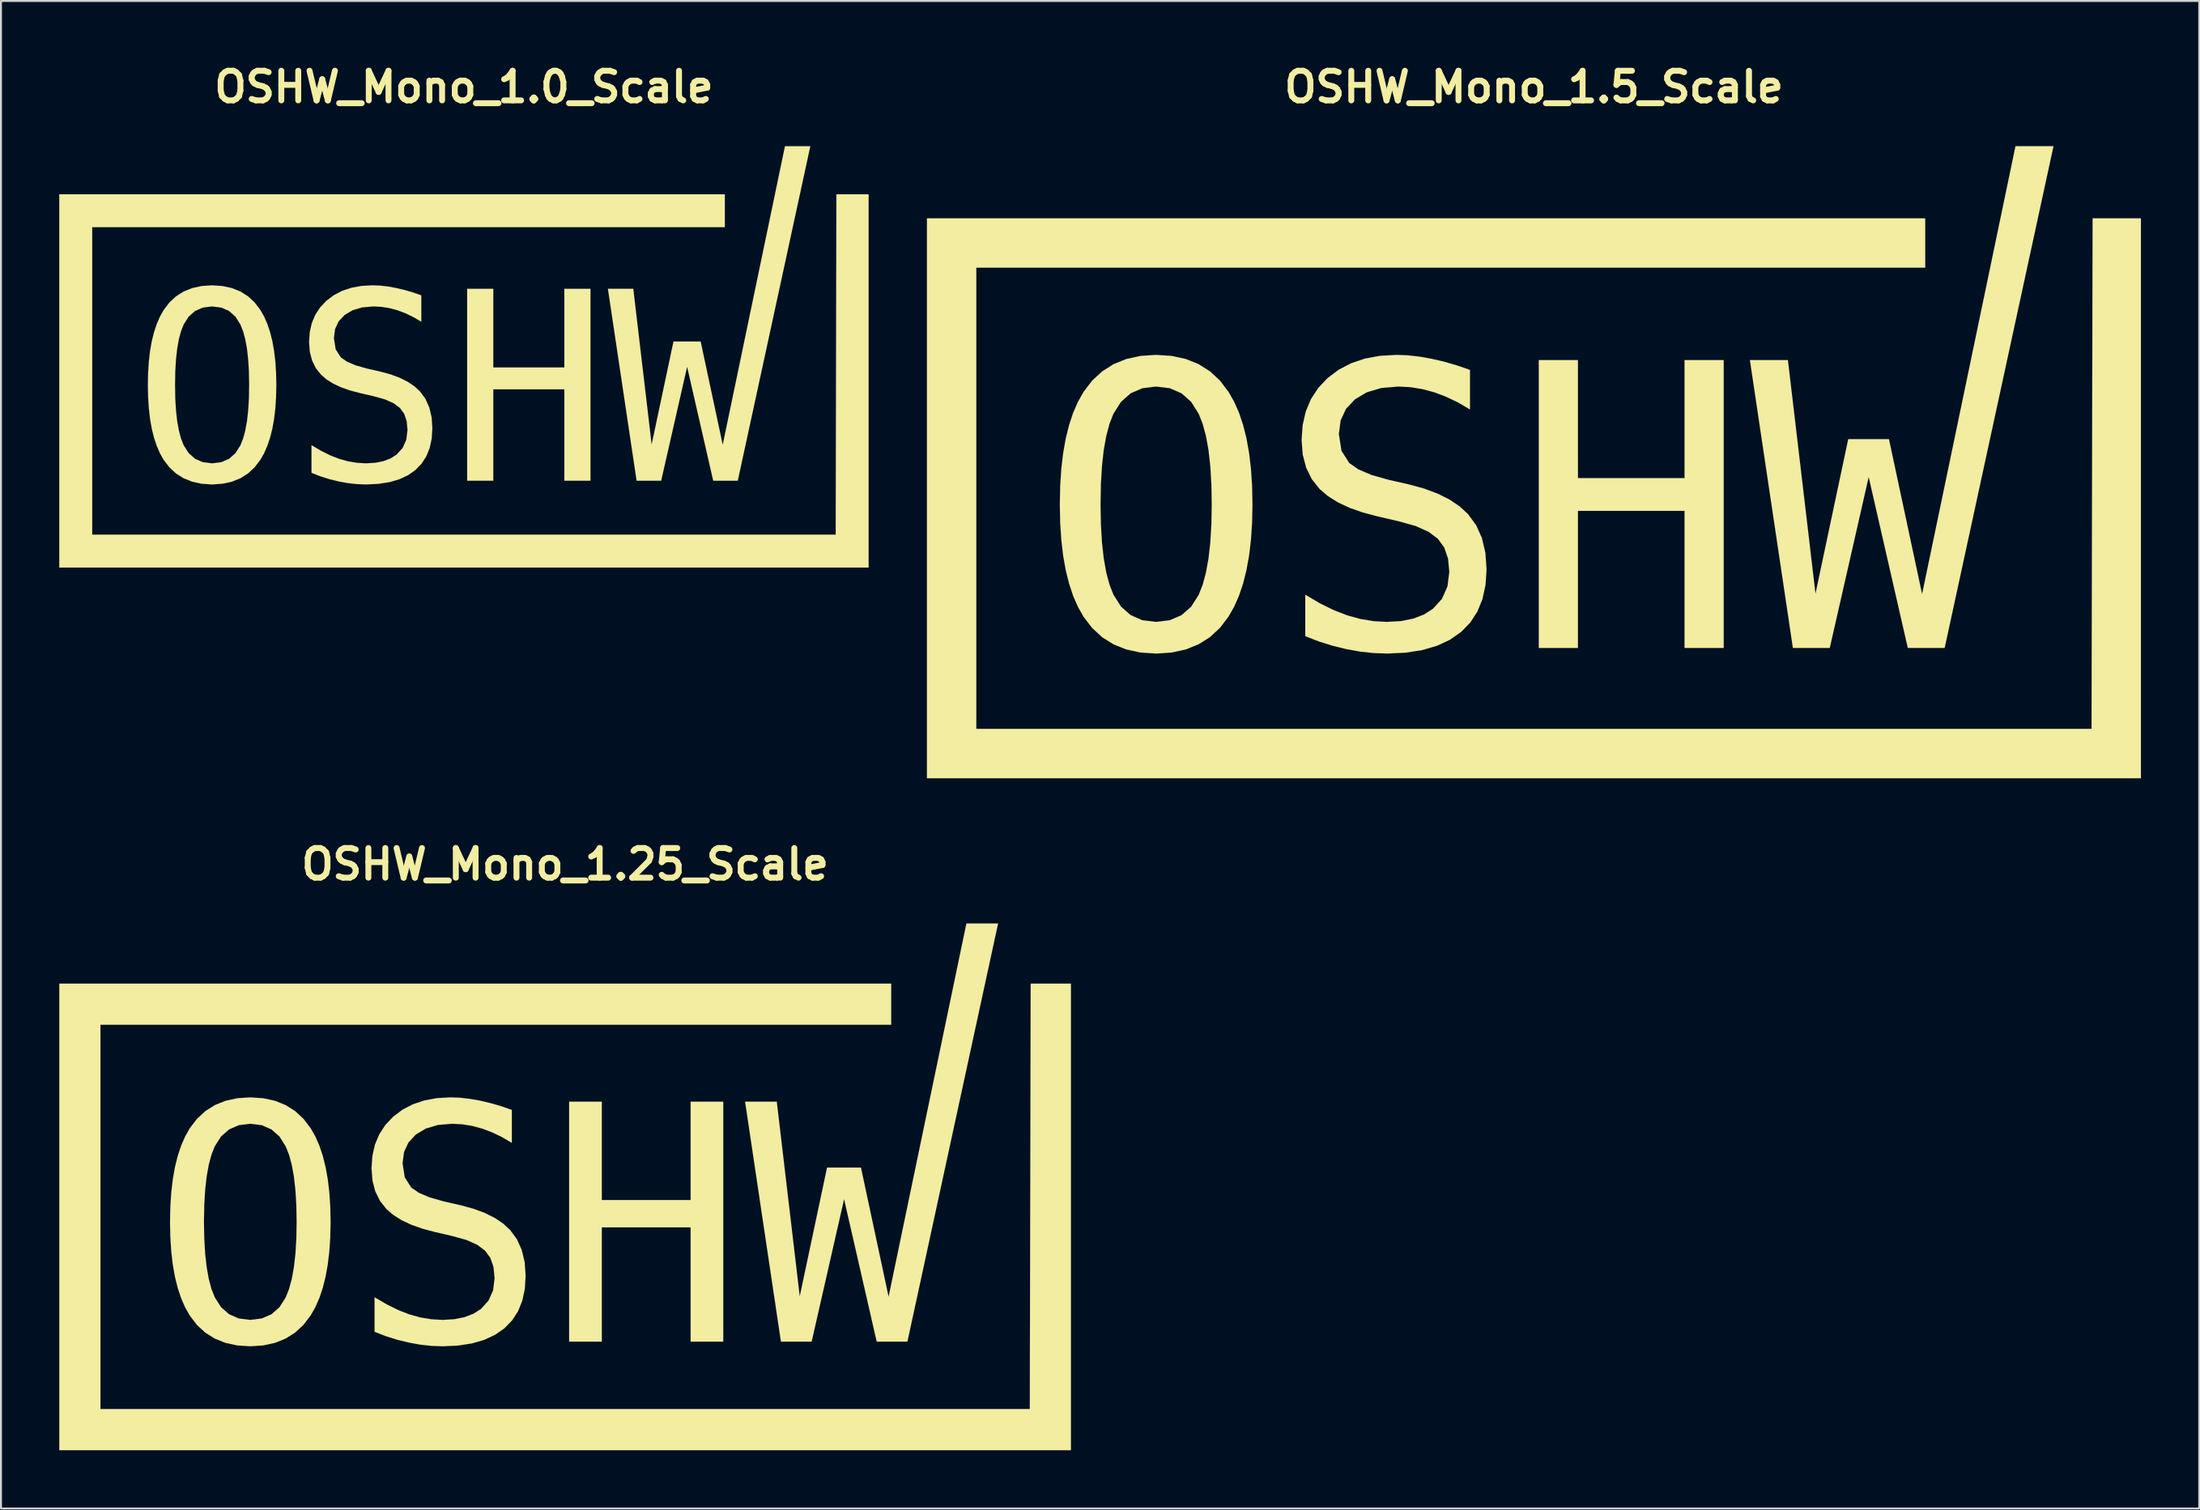
<source format=kicad_pcb>
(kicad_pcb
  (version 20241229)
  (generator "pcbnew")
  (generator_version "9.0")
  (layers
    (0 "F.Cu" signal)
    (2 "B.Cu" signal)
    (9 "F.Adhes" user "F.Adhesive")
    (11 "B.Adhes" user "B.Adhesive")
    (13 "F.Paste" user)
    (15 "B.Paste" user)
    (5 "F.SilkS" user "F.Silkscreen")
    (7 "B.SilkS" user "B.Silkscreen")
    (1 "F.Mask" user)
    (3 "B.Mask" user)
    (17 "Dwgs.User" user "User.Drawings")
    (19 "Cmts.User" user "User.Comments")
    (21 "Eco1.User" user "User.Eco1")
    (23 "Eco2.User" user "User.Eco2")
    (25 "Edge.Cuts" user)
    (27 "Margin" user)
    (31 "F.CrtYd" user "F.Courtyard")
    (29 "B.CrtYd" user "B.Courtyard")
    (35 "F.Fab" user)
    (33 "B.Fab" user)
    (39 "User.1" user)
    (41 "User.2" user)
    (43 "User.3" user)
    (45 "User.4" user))
  (footprint "OSHW_Mono_1.0_Scale"
    (layer "F.Cu")
    (at 20.824 15.316)
    (property "Reference" "OSHW_Mono_1.0_Scale" (at 0 -13.89 0) (layer "F.SilkS") (effects (font (size 1.524 1.524) (thickness 0.305))))
    (attr through_hole)
    (fp_poly (pts (xy 0.166 -3.504) (xy 1.509 -3.504) (xy 1.509 0.544) (xy 5.167 0.544) (xy 5.167 -3.504) (xy 6.51 -3.504) (xy 6.51 6.372) (xy 5.167 6.372) (xy 5.167 1.669) (xy 1.509 1.669) (xy 1.509 6.372) (xy 0.166 6.372) (xy 0.166 -3.504)) (stroke (width 0.003) (type solid)) (fill yes) (layer "F.SilkS"))
    (fp_poly (pts (xy 7.409 -3.504) (xy 8.713 -3.504) (xy 9.658 4.513) (xy 10.783 -0.792) (xy 12.179 -0.792) (xy 13.316 4.526) (xy 16.52 -10.842) (xy 17.823 -10.842) (xy 14.09 6.372) (xy 12.827 6.372) (xy 11.484 0.505) (xy 10.148 6.372) (xy 8.885 6.372) (xy 7.409 -3.504)) (stroke (width 0.003) (type solid)) (fill yes) (layer "F.SilkS"))
    (fp_poly (pts (xy -20.823 -8.367) (xy -20.823 -7.521) (xy -20.823 9.995) (xy -20.823 10.842) (xy -19.976 10.842) (xy 19.976 10.842) (xy 20.823 10.842) (xy 20.823 9.995) (xy 20.823 -8.367) (xy 19.166 -8.367) (xy 19.129 9.148) (xy -19.129 9.148) (xy -19.129 -6.674) (xy 13.423 -6.674) (xy 13.423 -8.367) (xy -19.976 -8.367) (xy -20.823 -8.367)) (stroke (width 0.003) (type solid)) (fill yes) (layer "F.SilkS"))
    (fp_poly (pts (xy -2.195 -3.166) (xy -2.195 -1.81) (xy -2.601 -2.049) (xy -3.009 -2.245) (xy -3.419 -2.399) (xy -3.826 -2.509) (xy -4.236 -2.575) (xy -4.649 -2.598) (xy -5.235 -2.548) (xy -5.734 -2.401) (xy -6.144 -2.154) (xy -6.449 -1.829) (xy -6.632 -1.434) (xy -6.693 -0.97) (xy -6.604 -0.393) (xy -6.336 0.028) (xy -6.024 0.245) (xy -5.574 0.437) (xy -4.986 0.604) (xy -4.285 0.763) (xy -3.76 0.907) (xy -3.295 1.081) (xy -2.89 1.285) (xy -2.545 1.518) (xy -2.261 1.781) (xy -1.983 2.16) (xy -1.785 2.602) (xy -1.666 3.106) (xy -1.626 3.673) (xy -1.661 4.21) (xy -1.766 4.693) (xy -1.94 5.123) (xy -2.185 5.5) (xy -2.499 5.823) (xy -2.88 6.09) (xy -3.325 6.297) (xy -3.833 6.445) (xy -4.404 6.534) (xy -5.039 6.564) (xy -5.503 6.547) (xy -5.968 6.496) (xy -6.435 6.412) (xy -6.903 6.298) (xy -7.373 6.15) (xy -7.844 5.968) (xy -7.844 4.546) (xy -7.346 4.839) (xy -6.868 5.075) (xy -6.408 5.254) (xy -5.953 5.379) (xy -5.497 5.454) (xy -5.039 5.479) (xy -4.561 5.451) (xy -4.14 5.366) (xy -3.774 5.226) (xy -3.465 5.029) (xy -3.153 4.685) (xy -2.965 4.262) (xy -2.903 3.759) (xy -2.946 3.304) (xy -3.076 2.927) (xy -3.293 2.628) (xy -3.613 2.388) (xy -4.06 2.187) (xy -4.636 2.026) (xy -5.35 1.861) (xy -5.87 1.724) (xy -6.33 1.561) (xy -6.73 1.373) (xy -7.069 1.16) (xy -7.348 0.921) (xy -7.62 0.58) (xy -7.814 0.186) (xy -7.931 -0.263) (xy -7.969 -0.765) (xy -7.934 -1.273) (xy -7.828 -1.739) (xy -7.65 -2.162) (xy -7.402 -2.543) (xy -7.083 -2.882) (xy -6.703 -3.17) (xy -6.276 -3.394) (xy -5.802 -3.554) (xy -5.282 -3.65) (xy -4.715 -3.682) (xy -4.329 -3.668) (xy -3.93 -3.624) (xy -3.518 -3.55) (xy -3.092 -3.452) (xy -2.651 -3.324) (xy -2.195 -3.166)) (stroke (width 0.003) (type solid)) (fill yes) (layer "F.SilkS"))
    (fp_poly (pts (xy -11.052 1.444) (xy -9.656 1.444) (xy -9.669 2.068) (xy -9.707 2.652) (xy -9.772 3.195) (xy -9.861 3.696) (xy -9.977 4.157) (xy -10.118 4.577) (xy -10.284 4.956) (xy -10.476 5.294) (xy -10.771 5.682) (xy -11.114 5.999) (xy -11.505 6.246) (xy -11.943 6.423) (xy -12.43 6.528) (xy -12.963 6.564) (xy -13.497 6.529) (xy -13.984 6.423) (xy -14.422 6.248) (xy -14.813 6.002) (xy -15.155 5.686) (xy -15.451 5.3) (xy -15.641 4.964) (xy -15.806 4.585) (xy -15.946 4.166) (xy -16.061 3.705) (xy -16.15 3.202) (xy -16.213 2.657) (xy -16.251 2.071) (xy -16.264 1.444) (xy -16.251 0.818) (xy -16.213 0.233) (xy -16.15 -0.311) (xy -16.061 -0.813) (xy -15.946 -1.275) (xy -15.806 -1.695) (xy -15.641 -2.074) (xy -15.451 -2.412) (xy -15.154 -2.8) (xy -14.81 -3.118) (xy -14.419 -3.365) (xy -13.981 -3.541) (xy -13.496 -3.647) (xy -12.963 -3.682) (xy -12.43 -3.647) (xy -11.943 -3.541) (xy -11.505 -3.365) (xy -11.114 -3.118) (xy -10.771 -2.8) (xy -10.476 -2.412) (xy -10.284 -2.074) (xy -10.118 -1.695) (xy -9.977 -1.275) (xy -9.861 -0.813) (xy -9.772 -0.311) (xy -9.707 0.233) (xy -9.669 0.818) (xy -9.656 1.444) (xy -11.052 1.444) (xy -11.064 0.753) (xy -11.102 0.131) (xy -11.164 -0.421) (xy -11.252 -0.905) (xy -11.364 -1.319) (xy -11.502 -1.665) (xy -11.759 -2.073) (xy -12.089 -2.364) (xy -12.49 -2.539) (xy -12.963 -2.598) (xy -13.434 -2.539) (xy -13.835 -2.364) (xy -14.165 -2.073) (xy -14.425 -1.665) (xy -14.561 -1.319) (xy -14.671 -0.905) (xy -14.758 -0.421) (xy -14.819 0.131) (xy -14.856 0.753) (xy -14.868 1.444) (xy -14.856 2.133) (xy -14.819 2.753) (xy -14.758 3.304) (xy -14.671 3.787) (xy -14.561 4.201) (xy -14.425 4.546) (xy -14.165 4.954) (xy -13.835 5.246) (xy -13.434 5.421) (xy -12.963 5.479) (xy -12.49 5.421) (xy -12.089 5.247) (xy -11.759 4.958) (xy -11.502 4.553) (xy -11.364 4.207) (xy -11.252 3.793) (xy -11.164 3.309) (xy -11.102 2.757) (xy -11.064 2.135) (xy -11.052 1.444)) (stroke (width 0.003) (type solid)) (fill yes) (layer "F.SilkS")))
  (footprint "OSHW_Mono_1.25_Scale"
    (layer "F.Cu")
    (at 26.03 58.027)
    (property "Reference" "OSHW_Mono_1.25_Scale" (at 0 -16.6 0) (layer "F.SilkS") (effects (font (size 1.524 1.524) (thickness 0.305))))
    (attr through_hole)
    (fp_poly (pts (xy 0.208 -4.38) (xy 1.887 -4.38) (xy 1.887 0.68) (xy 6.459 0.68) (xy 6.459 -4.38) (xy 8.137 -4.38) (xy 8.137 7.965) (xy 6.459 7.965) (xy 6.459 2.086) (xy 1.887 2.086) (xy 1.887 7.965) (xy 0.208 7.965) (xy 0.208 -4.38)) (stroke (width 0.003) (type solid)) (fill yes) (layer "F.SilkS"))
    (fp_poly (pts (xy 9.262 -4.38) (xy 10.891 -4.38) (xy 12.073 5.641) (xy 13.479 -0.99) (xy 15.223 -0.99) (xy 16.645 5.658) (xy 20.65 -13.552) (xy 22.279 -13.552) (xy 17.613 7.965) (xy 16.034 7.965) (xy 14.355 0.631) (xy 12.685 7.965) (xy 11.106 7.965) (xy 9.262 -4.38)) (stroke (width 0.003) (type solid)) (fill yes) (layer "F.SilkS"))
    (fp_poly (pts (xy -26.028 -10.459) (xy -26.028 -9.401) (xy -26.028 12.494) (xy -26.028 13.552) (xy -24.97 13.552) (xy 24.97 13.552) (xy 26.028 13.552) (xy 26.028 12.494) (xy 26.028 -10.459) (xy 23.957 -10.459) (xy 23.912 11.435) (xy -23.912 11.435) (xy -23.912 -8.342) (xy 16.779 -8.342) (xy 16.779 -10.459) (xy -24.97 -10.459) (xy -26.028 -10.459)) (stroke (width 0.003) (type solid)) (fill yes) (layer "F.SilkS"))
    (fp_poly (pts (xy -2.744 -3.958) (xy -2.744 -2.263) (xy -3.252 -2.562) (xy -3.762 -2.807) (xy -4.273 -2.999) (xy -4.782 -3.137) (xy -5.295 -3.219) (xy -5.811 -3.247) (xy -6.544 -3.185) (xy -7.167 -3.001) (xy -7.68 -2.693) (xy -8.061 -2.286) (xy -8.29 -1.793) (xy -8.366 -1.213) (xy -8.254 -0.492) (xy -7.92 0.036) (xy -7.53 0.307) (xy -6.968 0.546) (xy -6.233 0.755) (xy -5.356 0.953) (xy -4.7 1.134) (xy -4.118 1.352) (xy -3.612 1.606) (xy -3.182 1.898) (xy -2.826 2.227) (xy -2.479 2.7) (xy -2.231 3.252) (xy -2.082 3.882) (xy -2.033 4.591) (xy -2.076 5.262) (xy -2.207 5.867) (xy -2.425 6.404) (xy -2.731 6.875) (xy -3.124 7.279) (xy -3.6 7.612) (xy -4.156 7.871) (xy -4.791 8.056) (xy -5.505 8.168) (xy -6.299 8.205) (xy -6.879 8.183) (xy -7.46 8.12) (xy -8.044 8.014) (xy -8.629 7.872) (xy -9.216 7.687) (xy -9.805 7.46) (xy -9.805 5.683) (xy -9.183 6.049) (xy -8.585 6.344) (xy -8.011 6.567) (xy -7.442 6.724) (xy -6.871 6.817) (xy -6.299 6.849) (xy -5.702 6.813) (xy -5.175 6.708) (xy -4.718 6.532) (xy -4.331 6.286) (xy -3.941 5.856) (xy -3.706 5.327) (xy -3.628 4.699) (xy -3.683 4.13) (xy -3.845 3.659) (xy -4.116 3.285) (xy -4.516 2.985) (xy -5.075 2.734) (xy -5.795 2.533) (xy -6.688 2.326) (xy -7.338 2.155) (xy -7.913 1.951) (xy -8.412 1.717) (xy -8.836 1.45) (xy -9.185 1.152) (xy -9.525 0.725) (xy -9.768 0.232) (xy -9.913 -0.329) (xy -9.962 -0.957) (xy -9.917 -1.592) (xy -9.785 -2.174) (xy -9.563 -2.703) (xy -9.253 -3.179) (xy -8.854 -3.602) (xy -8.378 -3.963) (xy -7.844 -4.243) (xy -7.252 -4.443) (xy -6.602 -4.563) (xy -5.894 -4.603) (xy -5.412 -4.585) (xy -4.913 -4.529) (xy -4.397 -4.438) (xy -3.864 -4.314) (xy -3.313 -4.155) (xy -2.744 -3.958)) (stroke (width 0.003) (type solid)) (fill yes) (layer "F.SilkS"))
    (fp_poly (pts (xy -13.815 1.805) (xy -12.07 1.805) (xy -12.086 2.586) (xy -12.134 3.315) (xy -12.214 3.993) (xy -12.327 4.62) (xy -12.471 5.196) (xy -12.647 5.721) (xy -12.855 6.195) (xy -13.095 6.617) (xy -13.464 7.102) (xy -13.893 7.499) (xy -14.381 7.808) (xy -14.929 8.028) (xy -15.537 8.16) (xy -16.204 8.205) (xy -16.872 8.161) (xy -17.479 8.029) (xy -18.027 7.81) (xy -18.516 7.503) (xy -18.944 7.108) (xy -19.313 6.625) (xy -19.552 6.205) (xy -19.758 5.732) (xy -19.933 5.207) (xy -20.076 4.631) (xy -20.187 4.002) (xy -20.267 3.322) (xy -20.314 2.589) (xy -20.33 1.805) (xy -20.314 1.022) (xy -20.267 0.291) (xy -20.187 -0.388) (xy -20.076 -1.017) (xy -19.933 -1.593) (xy -19.758 -2.119) (xy -19.552 -2.593) (xy -19.313 -3.015) (xy -18.942 -3.5) (xy -18.512 -3.897) (xy -18.023 -4.206) (xy -17.476 -4.427) (xy -16.869 -4.559) (xy -16.204 -4.603) (xy -15.537 -4.559) (xy -14.929 -4.427) (xy -14.381 -4.206) (xy -13.893 -3.897) (xy -13.464 -3.5) (xy -13.095 -3.015) (xy -12.855 -2.593) (xy -12.647 -2.119) (xy -12.471 -1.593) (xy -12.327 -1.017) (xy -12.214 -0.388) (xy -12.134 0.291) (xy -12.086 1.022) (xy -12.07 1.805) (xy -13.815 1.805) (xy -13.83 0.941) (xy -13.877 0.164) (xy -13.955 -0.527) (xy -14.065 -1.131) (xy -14.205 -1.649) (xy -14.377 -2.081) (xy -14.699 -2.591) (xy -15.111 -2.955) (xy -15.613 -3.174) (xy -16.204 -3.247) (xy -16.793 -3.174) (xy -17.294 -2.955) (xy -17.707 -2.591) (xy -18.032 -2.081) (xy -18.201 -1.649) (xy -18.339 -1.131) (xy -18.447 -0.527) (xy -18.524 0.164) (xy -18.57 0.941) (xy -18.586 1.805) (xy -18.57 2.666) (xy -18.524 3.441) (xy -18.447 4.13) (xy -18.339 4.734) (xy -18.201 5.251) (xy -18.032 5.683) (xy -17.707 6.193) (xy -17.294 6.557) (xy -16.793 6.776) (xy -16.204 6.849) (xy -15.613 6.776) (xy -15.111 6.559) (xy -14.699 6.197) (xy -14.377 5.691) (xy -14.205 5.259) (xy -14.065 4.741) (xy -13.955 4.137) (xy -13.877 3.446) (xy -13.83 2.669) (xy -13.815 1.805)) (stroke (width 0.003) (type solid)) (fill yes) (layer "F.SilkS")))
  (footprint "OSHW_Mono_1.5_Scale"
    (layer "F.Cu")
    (at 75.883 20.737)
    (property "Reference" "OSHW_Mono_1.5_Scale" (at 0 -19.31 0) (layer "F.SilkS") (effects (font (size 1.524 1.524) (thickness 0.305))))
    (attr through_hole)
    (fp_poly (pts (xy 0.25 -5.256) (xy 2.264 -5.256) (xy 2.264 0.817) (xy 7.751 0.817) (xy 7.751 -5.256) (xy 9.765 -5.256) (xy 9.765 9.558) (xy 7.751 9.558) (xy 7.751 2.503) (xy 2.264 2.503) (xy 2.264 9.558) (xy 0.25 9.558) (xy 0.25 -5.256)) (stroke (width 0.003) (type solid)) (fill yes) (layer "F.SilkS"))
    (fp_poly (pts (xy 11.114 -5.256) (xy 13.069 -5.256) (xy 14.488 6.77) (xy 16.174 -1.188) (xy 18.268 -1.188) (xy 19.974 6.79) (xy 24.78 -16.262) (xy 26.735 -16.262) (xy 21.135 9.558) (xy 19.24 9.558) (xy 17.226 0.757) (xy 15.222 9.558) (xy 13.327 9.558) (xy 11.114 -5.256)) (stroke (width 0.003) (type solid)) (fill yes) (layer "F.SilkS"))
    (fp_poly (pts (xy -31.234 -12.551) (xy -31.234 -11.281) (xy -31.234 14.992) (xy -31.234 16.262) (xy -29.964 16.262) (xy 29.964 16.262) (xy 31.234 16.262) (xy 31.234 14.992) (xy 31.234 -12.551) (xy 28.749 -12.551) (xy 28.694 13.722) (xy -28.694 13.722) (xy -28.694 -10.011) (xy 20.135 -10.011) (xy 20.135 -12.551) (xy -29.964 -12.551) (xy -31.234 -12.551)) (stroke (width 0.003) (type solid)) (fill yes) (layer "F.SilkS"))
    (fp_poly (pts (xy -3.292 -4.75) (xy -3.292 -2.716) (xy -3.902 -3.074) (xy -4.514 -3.368) (xy -5.128 -3.599) (xy -5.739 -3.764) (xy -6.354 -3.863) (xy -6.973 -3.896) (xy -7.853 -3.822) (xy -8.601 -3.601) (xy -9.216 -3.232) (xy -9.673 -2.743) (xy -9.948 -2.151) (xy -10.039 -1.456) (xy -9.905 -0.59) (xy -9.503 0.043) (xy -9.036 0.368) (xy -8.361 0.656) (xy -7.479 0.906) (xy -6.428 1.144) (xy -5.64 1.361) (xy -4.942 1.622) (xy -4.335 1.927) (xy -3.818 2.277) (xy -3.392 2.672) (xy -2.975 3.24) (xy -2.677 3.902) (xy -2.499 4.659) (xy -2.439 5.51) (xy -2.491 6.315) (xy -2.649 7.04) (xy -2.911 7.685) (xy -3.277 8.25) (xy -3.749 8.734) (xy -4.32 9.134) (xy -4.987 9.445) (xy -5.749 9.668) (xy -6.606 9.801) (xy -7.559 9.845) (xy -8.254 9.82) (xy -8.952 9.744) (xy -9.652 9.617) (xy -10.355 9.446) (xy -11.059 9.225) (xy -11.766 8.953) (xy -11.766 6.819) (xy -11.019 7.259) (xy -10.302 7.613) (xy -9.613 7.881) (xy -8.93 8.068) (xy -8.246 8.181) (xy -7.559 8.218) (xy -6.842 8.176) (xy -6.209 8.05) (xy -5.661 7.839) (xy -5.197 7.544) (xy -4.729 7.028) (xy -4.448 6.393) (xy -4.354 5.639) (xy -4.419 4.956) (xy -4.614 4.391) (xy -4.939 3.942) (xy -5.419 3.581) (xy -6.09 3.281) (xy -6.954 3.039) (xy -8.025 2.791) (xy -8.805 2.585) (xy -9.495 2.342) (xy -10.094 2.06) (xy -10.603 1.74) (xy -11.022 1.382) (xy -11.43 0.871) (xy -11.721 0.278) (xy -11.896 -0.394) (xy -11.954 -1.148) (xy -11.901 -1.91) (xy -11.741 -2.608) (xy -11.476 -3.243) (xy -11.103 -3.815) (xy -10.625 -4.323) (xy -10.054 -4.755) (xy -9.413 -5.091) (xy -8.703 -5.331) (xy -7.923 -5.475) (xy -7.073 -5.523) (xy -6.494 -5.501) (xy -5.895 -5.435) (xy -5.277 -5.325) (xy -4.637 -5.177) (xy -3.976 -4.985) (xy -3.292 -4.75)) (stroke (width 0.003) (type solid)) (fill yes) (layer "F.SilkS"))
    (fp_poly (pts (xy -16.578 2.166) (xy -14.484 2.166) (xy -14.503 3.103) (xy -14.561 3.978) (xy -14.657 4.792) (xy -14.792 5.544) (xy -14.965 6.235) (xy -15.176 6.865) (xy -15.426 7.434) (xy -15.715 7.94) (xy -16.157 8.523) (xy -16.671 8.999) (xy -17.257 9.369) (xy -17.915 9.634) (xy -18.644 9.793) (xy -19.445 9.845) (xy -20.246 9.793) (xy -20.975 9.635) (xy -21.633 9.372) (xy -22.219 9.003) (xy -22.733 8.529) (xy -23.176 7.95) (xy -23.462 7.445) (xy -23.71 6.878) (xy -23.919 6.249) (xy -24.091 5.557) (xy -24.225 4.803) (xy -24.32 3.986) (xy -24.377 3.107) (xy -24.396 2.166) (xy -24.377 1.227) (xy -24.32 0.35) (xy -24.225 -0.466) (xy -24.091 -1.22) (xy -23.919 -1.912) (xy -23.71 -2.543) (xy -23.462 -3.111) (xy -23.176 -3.618) (xy -22.73 -4.201) (xy -22.214 -4.677) (xy -21.628 -5.047) (xy -20.971 -5.312) (xy -20.243 -5.471) (xy -19.445 -5.523) (xy -18.644 -5.471) (xy -17.915 -5.312) (xy -17.257 -5.047) (xy -16.671 -4.677) (xy -16.157 -4.201) (xy -15.715 -3.618) (xy -15.426 -3.111) (xy -15.176 -2.543) (xy -14.965 -1.912) (xy -14.792 -1.22) (xy -14.657 -0.466) (xy -14.561 0.35) (xy -14.503 1.227) (xy -14.484 2.166) (xy -16.578 2.166) (xy -16.597 1.13) (xy -16.653 0.197) (xy -16.746 -0.632) (xy -16.878 -1.357) (xy -17.046 -1.979) (xy -17.252 -2.497) (xy -17.639 -3.109) (xy -18.133 -3.547) (xy -18.735 -3.809) (xy -19.445 -3.896) (xy -20.152 -3.809) (xy -20.752 -3.547) (xy -21.248 -3.109) (xy -21.638 -2.497) (xy -21.841 -1.979) (xy -22.007 -1.357) (xy -22.137 -0.632) (xy -22.229 0.197) (xy -22.284 1.13) (xy -22.303 2.166) (xy -22.284 3.199) (xy -22.229 4.129) (xy -22.137 4.956) (xy -22.007 5.681) (xy -21.841 6.301) (xy -21.638 6.819) (xy -21.248 7.431) (xy -20.752 7.869) (xy -20.152 8.131) (xy -19.445 8.218) (xy -18.735 8.131) (xy -18.133 7.871) (xy -17.639 7.437) (xy -17.252 6.829) (xy -17.046 6.311) (xy -16.878 5.689) (xy -16.746 4.964) (xy -16.653 4.135) (xy -16.597 3.202) (xy -16.578 2.166)) (stroke (width 0.003) (type solid)) (fill yes) (layer "F.SilkS")))
  (gr_rect
    (start -3 -3)
    (end 110.119 74.58)
    (stroke (width 0.1) (type default))
    (fill no)
    (layer "Edge.Cuts")))
</source>
